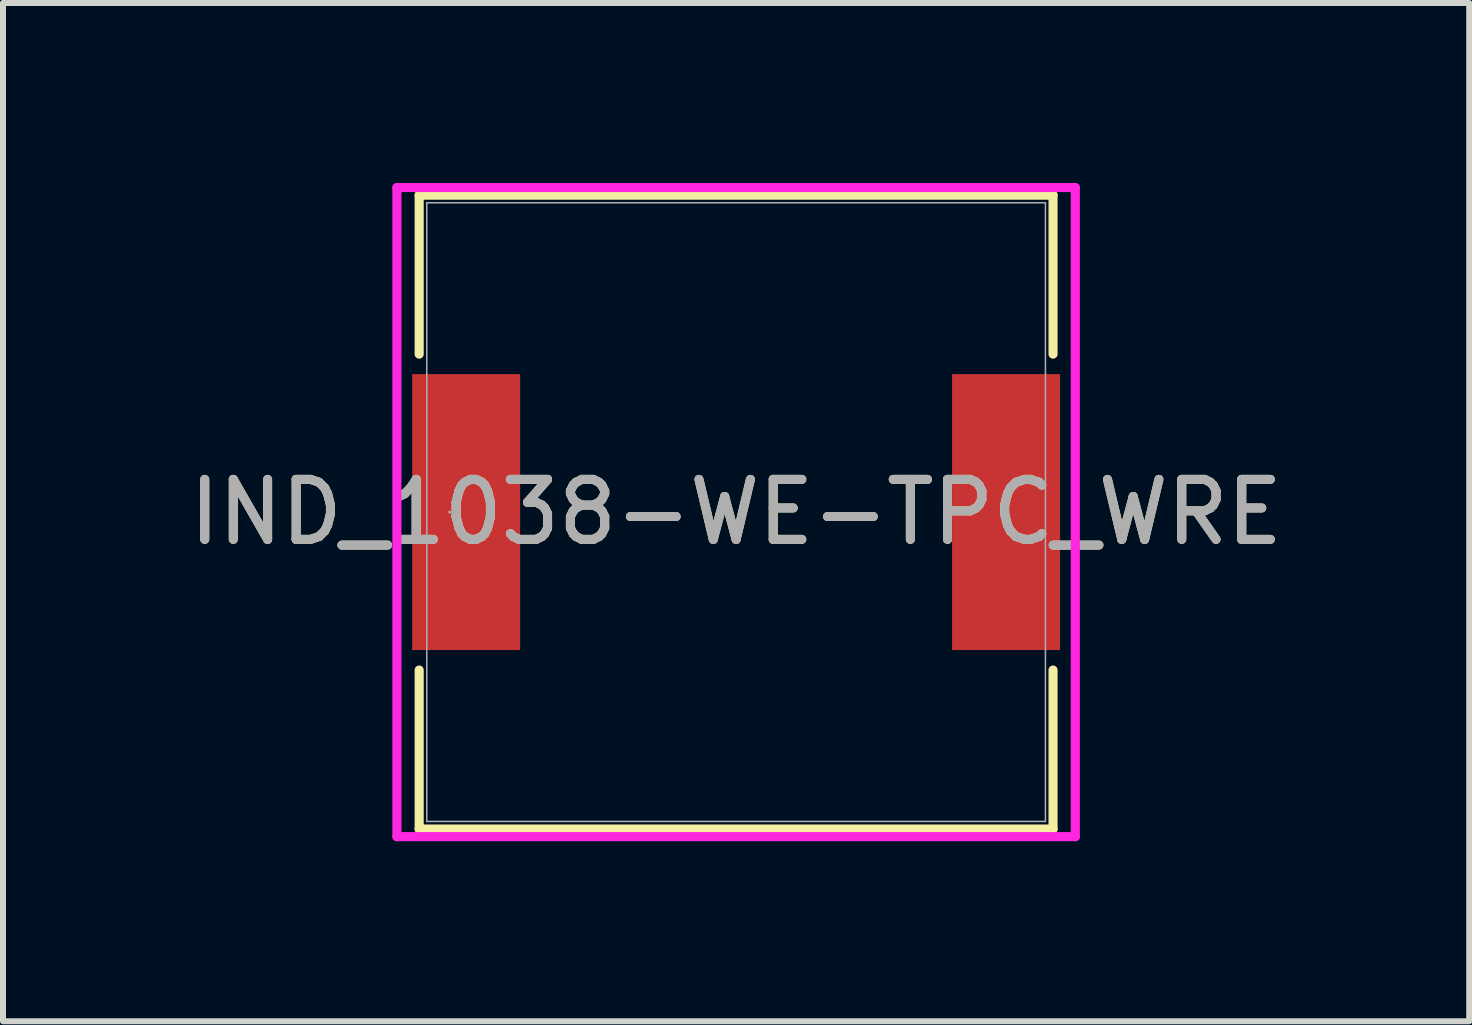
<source format=kicad_pcb>
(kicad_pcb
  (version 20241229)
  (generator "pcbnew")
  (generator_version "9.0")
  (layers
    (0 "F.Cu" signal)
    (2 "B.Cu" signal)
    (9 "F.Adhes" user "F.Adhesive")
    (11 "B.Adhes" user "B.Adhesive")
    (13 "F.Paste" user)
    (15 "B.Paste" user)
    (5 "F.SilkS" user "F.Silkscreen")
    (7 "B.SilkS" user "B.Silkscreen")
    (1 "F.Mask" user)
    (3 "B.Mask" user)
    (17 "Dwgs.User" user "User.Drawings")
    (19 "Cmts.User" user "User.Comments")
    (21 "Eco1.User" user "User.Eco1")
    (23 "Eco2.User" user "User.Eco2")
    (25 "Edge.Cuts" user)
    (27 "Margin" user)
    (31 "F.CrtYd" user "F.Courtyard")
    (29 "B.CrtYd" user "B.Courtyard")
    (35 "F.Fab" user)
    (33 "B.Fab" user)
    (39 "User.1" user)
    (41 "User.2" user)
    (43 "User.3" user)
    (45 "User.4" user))
  (footprint "IND_1038-WE-TPC_WRE"
    (layer "F.Cu")
    (at 9.22 5.486)
    (property "Reference" "IND_1038-WE-TPC_WRE" (at 0 0 0) (unlocked yes) (layer "F.SilkS") (effects (font (size 1 1) (thickness 0.15))))
    (attr smd)
    (fp_line (start -5.283 -5.283) (end -5.283 -2.633) (stroke (width 0.152) (type solid)) (layer "F.SilkS"))
    (fp_line (start -5.283 2.633) (end -5.283 5.283) (stroke (width 0.152) (type solid)) (layer "F.SilkS"))
    (fp_line (start -5.283 5.283) (end 5.283 5.283) (stroke (width 0.152) (type solid)) (layer "F.SilkS"))
    (fp_line (start 5.283 -5.283) (end -5.283 -5.283) (stroke (width 0.152) (type solid)) (layer "F.SilkS"))
    (fp_line (start 5.283 -2.633) (end 5.283 -5.283) (stroke (width 0.152) (type solid)) (layer "F.SilkS"))
    (fp_line (start 5.283 5.283) (end 5.283 2.633) (stroke (width 0.152) (type solid)) (layer "F.SilkS"))
    (fp_line (start -5.654 -5.41) (end 5.654 -5.41) (stroke (width 0.152) (type solid)) (layer "F.CrtYd"))
    (fp_line (start -5.654 5.41) (end -5.654 -5.41) (stroke (width 0.152) (type solid)) (layer "F.CrtYd"))
    (fp_line (start 5.654 -5.41) (end 5.654 5.41) (stroke (width 0.152) (type solid)) (layer "F.CrtYd"))
    (fp_line (start 5.654 5.41) (end -5.654 5.41) (stroke (width 0.152) (type solid)) (layer "F.CrtYd"))
    (fp_line (start -5.156 -5.156) (end -5.156 5.156) (stroke (width 0.025) (type solid)) (layer "F.Fab"))
    (fp_line (start -5.156 5.156) (end 5.156 5.156) (stroke (width 0.025) (type solid)) (layer "F.Fab"))
    (fp_line (start 5.156 -5.156) (end -5.156 -5.156) (stroke (width 0.025) (type solid)) (layer "F.Fab"))
    (fp_line (start 5.156 5.156) (end 5.156 -5.156) (stroke (width 0.025) (type solid)) (layer "F.Fab"))
    (fp_circle (center -4.775 0) (end -4.775 0) (stroke (width 0.025) (type solid)) (fill no) (layer "F.Fab"))
    (fp_text user "${REFERENCE}" (at 0 0 0) (unlocked yes) (layer "F.Fab") (effects (font (size 1 1) (thickness 0.15))))
    (pad "1" smd rect (at -4.5 0) (size 1.8 4.6) (layers "F.Cu" "F.Mask" "F.Paste"))
    (pad "2" smd rect (at 4.5 0) (size 1.8 4.6) (layers "F.Cu" "F.Mask" "F.Paste"))
    (zone (net_name "") (layer "F.Cu") (hatch full 0.508) (connect_pads) (min_thickness 0.254) (filled_areas_thickness no) (keepout (tracks not_allowed) (vias not_allowed) (pads allowed) (copperpour not_allowed) (footprints allowed)) (placement (enabled no)) (fill) (polygon (pts (xy 5.671 0.381) (xy 12.769 0.381) (xy 12.769 10.592) (xy 5.671 10.592)))))
  (gr_rect
    (start -3 -3)
    (end 21.44 13.973)
    (stroke (width 0.1) (type default))
    (fill no)
    (layer "Edge.Cuts")))
</source>
